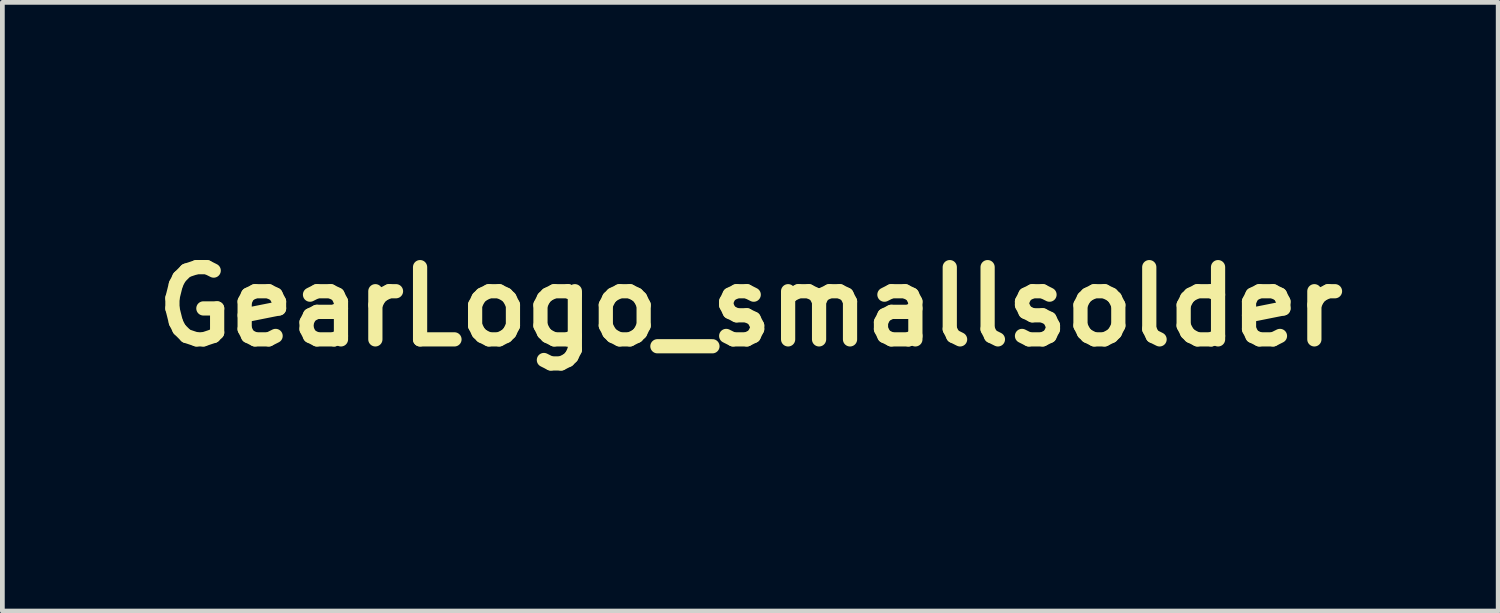
<source format=kicad_pcb>
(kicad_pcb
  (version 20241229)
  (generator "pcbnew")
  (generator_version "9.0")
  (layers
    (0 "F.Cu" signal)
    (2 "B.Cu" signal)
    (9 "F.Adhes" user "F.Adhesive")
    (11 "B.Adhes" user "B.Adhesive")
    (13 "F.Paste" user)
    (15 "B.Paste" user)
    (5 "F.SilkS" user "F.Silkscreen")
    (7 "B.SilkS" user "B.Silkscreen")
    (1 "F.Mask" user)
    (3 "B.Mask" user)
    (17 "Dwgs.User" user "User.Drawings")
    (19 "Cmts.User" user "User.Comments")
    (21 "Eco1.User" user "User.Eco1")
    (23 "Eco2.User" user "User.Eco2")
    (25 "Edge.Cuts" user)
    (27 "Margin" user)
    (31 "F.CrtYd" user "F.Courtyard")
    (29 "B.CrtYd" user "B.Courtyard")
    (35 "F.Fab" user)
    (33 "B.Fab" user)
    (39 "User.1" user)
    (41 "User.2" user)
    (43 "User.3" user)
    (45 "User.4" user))
  (footprint "GearLogo_smallsolder"
    (layer "F.Cu")
    (at 12.78 3.421)
    (property "Reference" "GearLogo_smallsolder" (at 0 0 0) (layer "F.SilkS") (effects (font (size 1.524 1.524) (thickness 0.3))))
    (attr through_hole)
    (fp_poly (pts (xy 0.806 -3.416) (xy 0.913 -3.018) (xy 1.019 -2.619) (xy 1.062 -2.599) (xy 1.096 -2.585) (xy 1.121 -2.578) (xy 1.124 -2.578) (xy 1.138 -2.584) (xy 1.173 -2.602) (xy 1.223 -2.629) (xy 1.287 -2.664) (xy 1.362 -2.706) (xy 1.446 -2.754) (xy 1.494 -2.782) (xy 1.847 -2.985) (xy 2.986 -1.847) (xy 2.782 -1.494) (xy 2.732 -1.407) (xy 2.687 -1.327) (xy 2.648 -1.257) (xy 2.616 -1.199) (xy 2.593 -1.155) (xy 2.58 -1.129) (xy 2.578 -1.123) (xy 2.583 -1.101) (xy 2.596 -1.068) (xy 2.599 -1.062) (xy 2.619 -1.019) (xy 3.416 -0.807) (xy 3.416 0.807) (xy 2.619 1.019) (xy 2.599 1.063) (xy 2.585 1.096) (xy 2.578 1.121) (xy 2.578 1.123) (xy 2.584 1.138) (xy 2.602 1.172) (xy 2.629 1.223) (xy 2.664 1.287) (xy 2.707 1.362) (xy 2.754 1.445) (xy 2.782 1.494) (xy 2.986 1.847) (xy 1.847 2.985) (xy 1.494 2.782) (xy 1.408 2.732) (xy 1.328 2.687) (xy 1.257 2.648) (xy 1.199 2.616) (xy 1.155 2.593) (xy 1.129 2.58) (xy 1.124 2.578) (xy 1.101 2.583) (xy 1.068 2.596) (xy 1.062 2.599) (xy 1.019 2.619) (xy 0.913 3.018) (xy 0.806 3.416) (xy -0.806 3.416) (xy -1.019 2.619) (xy -1.063 2.599) (xy -1.096 2.585) (xy -1.121 2.578) (xy -1.123 2.578) (xy -1.138 2.584) (xy -1.173 2.602) (xy -1.223 2.629) (xy -1.287 2.665) (xy -1.362 2.707) (xy -1.445 2.754) (xy -1.494 2.782) (xy -1.846 2.986) (xy -2.986 1.847) (xy -2.782 1.494) (xy -2.732 1.407) (xy -2.687 1.327) (xy -2.648 1.257) (xy -2.616 1.199) (xy -2.593 1.155) (xy -2.58 1.129) (xy -2.578 1.123) (xy -2.583 1.101) (xy -2.596 1.068) (xy -2.599 1.062) (xy -2.603 1.052) (xy -2.607 1.044) (xy -2.612 1.036) (xy -2.621 1.029) (xy -2.636 1.021) (xy -2.658 1.013) (xy -2.69 1.002) (xy -2.734 0.989) (xy -2.792 0.973) (xy -2.866 0.953) (xy -2.957 0.928) (xy -3.069 0.899) (xy -3.203 0.863) (xy -3.235 0.854) (xy -3.416 0.806) (xy -3.416 -0.668) (xy -3.239 -0.668) (xy -3.239 -0.000001) (xy -3.239 0.668) (xy -2.886 0.761) (xy -2.794 0.786) (xy -2.709 0.809) (xy -2.635 0.829) (xy -2.574 0.845) (xy -2.531 0.857) (xy -2.508 0.864) (xy -2.507 0.865) (xy -2.484 0.885) (xy -2.459 0.929) (xy -2.448 0.955) (xy -2.427 1.006) (xy -2.406 1.057) (xy -2.394 1.088) (xy -2.372 1.141) (xy -2.553 1.457) (xy -2.6 1.539) (xy -2.644 1.614) (xy -2.682 1.681) (xy -2.714 1.734) (xy -2.736 1.773) (xy -2.748 1.793) (xy -2.748 1.794) (xy -2.749 1.801) (xy -2.745 1.812) (xy -2.734 1.829) (xy -2.715 1.852) (xy -2.686 1.884) (xy -2.647 1.926) (xy -2.596 1.98) (xy -2.532 2.045) (xy -2.453 2.125) (xy -2.357 2.221) (xy -2.292 2.286) (xy -2.202 2.376) (xy -2.117 2.46) (xy -2.04 2.538) (xy -1.971 2.606) (xy -1.912 2.663) (xy -1.866 2.708) (xy -1.833 2.739) (xy -1.816 2.755) (xy -1.814 2.756) (xy -1.802 2.75) (xy -1.77 2.732) (xy -1.722 2.705) (xy -1.66 2.67) (xy -1.587 2.629) (xy -1.506 2.582) (xy -1.474 2.564) (xy -1.38 2.509) (xy -1.304 2.466) (xy -1.245 2.434) (xy -1.201 2.41) (xy -1.168 2.395) (xy -1.145 2.386) (xy -1.128 2.383) (xy -1.115 2.383) (xy -1.108 2.385) (xy -1.08 2.396) (xy -1.037 2.414) (xy -0.987 2.435) (xy -0.972 2.441) (xy -0.87 2.484) (xy -0.769 2.861) (xy -0.668 3.239) (xy 0.668 3.239) (xy 0.769 2.861) (xy 0.87 2.484) (xy 1.006 2.428) (xy 1.142 2.372) (xy 1.469 2.561) (xy 1.552 2.609) (xy 1.628 2.652) (xy 1.695 2.69) (xy 1.749 2.72) (xy 1.787 2.741) (xy 1.807 2.752) (xy 1.809 2.753) (xy 1.821 2.745) (xy 1.848 2.72) (xy 1.89 2.681) (xy 1.944 2.629) (xy 2.01 2.565) (xy 2.085 2.492) (xy 2.168 2.41) (xy 2.256 2.322) (xy 2.292 2.286) (xy 2.398 2.181) (xy 2.486 2.092) (xy 2.559 2.017) (xy 2.618 1.957) (xy 2.664 1.908) (xy 2.699 1.871) (xy 2.724 1.842) (xy 2.739 1.821) (xy 2.748 1.807) (xy 2.75 1.798) (xy 2.748 1.794) (xy 2.739 1.777) (xy 2.718 1.742) (xy 2.688 1.691) (xy 2.651 1.626) (xy 2.608 1.552) (xy 2.561 1.471) (xy 2.554 1.457) (xy 2.501 1.365) (xy 2.459 1.292) (xy 2.428 1.236) (xy 2.406 1.194) (xy 2.392 1.163) (xy 2.385 1.141) (xy 2.382 1.125) (xy 2.384 1.112) (xy 2.385 1.108) (xy 2.396 1.08) (xy 2.414 1.037) (xy 2.435 0.987) (xy 2.441 0.972) (xy 2.484 0.87) (xy 2.861 0.769) (xy 3.239 0.668) (xy 3.239 -0.668) (xy 2.861 -0.769) (xy 2.484 -0.87) (xy 2.441 -0.972) (xy 2.42 -1.023) (xy 2.401 -1.069) (xy 2.388 -1.102) (xy 2.385 -1.108) (xy 2.383 -1.12) (xy 2.383 -1.134) (xy 2.389 -1.154) (xy 2.4 -1.181) (xy 2.419 -1.219) (xy 2.447 -1.27) (xy 2.484 -1.336) (xy 2.533 -1.421) (xy 2.554 -1.457) (xy 2.601 -1.539) (xy 2.644 -1.615) (xy 2.683 -1.681) (xy 2.714 -1.735) (xy 2.736 -1.773) (xy 2.748 -1.793) (xy 2.748 -1.794) (xy 2.749 -1.801) (xy 2.745 -1.812) (xy 2.734 -1.829) (xy 2.715 -1.852) (xy 2.687 -1.884) (xy 2.647 -1.926) (xy 2.596 -1.98) (xy 2.532 -2.045) (xy 2.453 -2.125) (xy 2.358 -2.221) (xy 2.292 -2.286) (xy 2.202 -2.376) (xy 2.117 -2.461) (xy 2.039 -2.537) (xy 1.969 -2.605) (xy 1.91 -2.662) (xy 1.863 -2.707) (xy 1.83 -2.737) (xy 1.812 -2.752) (xy 1.809 -2.753) (xy 1.795 -2.746) (xy 1.762 -2.728) (xy 1.713 -2.7) (xy 1.65 -2.665) (xy 1.577 -2.623) (xy 1.495 -2.576) (xy 1.469 -2.561) (xy 1.142 -2.372) (xy 1.006 -2.428) (xy 0.87 -2.484) (xy 0.769 -2.861) (xy 0.668 -3.239) (xy -0.000001 -3.239) (xy -0.668 -3.239) (xy -0.769 -2.861) (xy -0.87 -2.484) (xy -0.972 -2.441) (xy -1.023 -2.42) (xy -1.069 -2.401) (xy -1.102 -2.388) (xy -1.108 -2.385) (xy -1.119 -2.383) (xy -1.134 -2.383) (xy -1.153 -2.389) (xy -1.179 -2.4) (xy -1.216 -2.418) (xy -1.266 -2.445) (xy -1.331 -2.482) (xy -1.414 -2.529) (xy -1.474 -2.564) (xy -1.558 -2.612) (xy -1.634 -2.656) (xy -1.7 -2.693) (xy -1.754 -2.724) (xy -1.792 -2.745) (xy -1.812 -2.755) (xy -1.814 -2.756) (xy -1.825 -2.747) (xy -1.851 -2.722) (xy -1.892 -2.682) (xy -1.946 -2.63) (xy -2.011 -2.566) (xy -2.086 -2.492) (xy -2.168 -2.41) (xy -2.256 -2.322) (xy -2.292 -2.286) (xy -2.398 -2.181) (xy -2.486 -2.091) (xy -2.559 -2.017) (xy -2.618 -1.957) (xy -2.664 -1.908) (xy -2.699 -1.87) (xy -2.724 -1.842) (xy -2.739 -1.821) (xy -2.748 -1.807) (xy -2.75 -1.798) (xy -2.748 -1.794) (xy -2.739 -1.777) (xy -2.718 -1.742) (xy -2.688 -1.691) (xy -2.651 -1.626) (xy -2.608 -1.552) (xy -2.561 -1.471) (xy -2.553 -1.457) (xy -2.372 -1.141) (xy -2.394 -1.088) (xy -2.41 -1.047) (xy -2.431 -0.995) (xy -2.448 -0.955) (xy -2.473 -0.901) (xy -2.497 -0.871) (xy -2.507 -0.865) (xy -2.526 -0.859) (xy -2.566 -0.848) (xy -2.624 -0.832) (xy -2.696 -0.812) (xy -2.779 -0.79) (xy -2.87 -0.766) (xy -2.886 -0.761) (xy -3.239 -0.668) (xy -3.416 -0.668) (xy -3.416 -0.806) (xy -3.235 -0.854) (xy -3.097 -0.891) (xy -2.98 -0.922) (xy -2.884 -0.948) (xy -2.807 -0.969) (xy -2.746 -0.986) (xy -2.699 -0.999) (xy -2.665 -1.01) (xy -2.64 -1.02) (xy -2.624 -1.028) (xy -2.614 -1.035) (xy -2.608 -1.042) (xy -2.604 -1.05) (xy -2.6 -1.06) (xy -2.599 -1.062) (xy -2.585 -1.095) (xy -2.578 -1.121) (xy -2.578 -1.123) (xy -2.584 -1.138) (xy -2.602 -1.172) (xy -2.629 -1.223) (xy -2.664 -1.287) (xy -2.707 -1.362) (xy -2.754 -1.445) (xy -2.782 -1.494) (xy -2.986 -1.847) (xy -1.846 -2.986) (xy -1.493 -2.782) (xy -1.407 -2.732) (xy -1.327 -2.687) (xy -1.256 -2.648) (xy -1.198 -2.616) (xy -1.155 -2.593) (xy -1.129 -2.58) (xy -1.123 -2.578) (xy -1.101 -2.583) (xy -1.068 -2.596) (xy -1.063 -2.599) (xy -1.019 -2.619) (xy -0.806 -3.416) (xy 0.806 -3.416)) (stroke (width 0.01) (type solid)) (fill yes) (layer "F.Mask"))
    (fp_poly (pts (xy -0.135 -3.046) (xy -0.012 -3.045) (xy 0.003 -3.045) (xy 0.5 -3.042) (xy 0.534 -2.915) (xy 0.55 -2.858) (xy 0.57 -2.785) (xy 0.592 -2.702) (xy 0.615 -2.616) (xy 0.629 -2.563) (xy 0.689 -2.339) (xy 0.804 -2.299) (xy 0.872 -2.274) (xy 0.948 -2.243) (xy 1.019 -2.212) (xy 1.035 -2.204) (xy 1.151 -2.15) (xy 1.468 -2.332) (xy 1.784 -2.515) (xy 2.135 -2.164) (xy 2.486 -1.813) (xy 2.328 -1.538) (xy 2.283 -1.46) (xy 2.24 -1.387) (xy 2.203 -1.322) (xy 2.173 -1.27) (xy 2.152 -1.233) (xy 2.143 -1.219) (xy 2.118 -1.175) (xy 2.166 -1.079) (xy 2.192 -1.025) (xy 2.221 -0.957) (xy 2.248 -0.886) (xy 2.261 -0.851) (xy 2.308 -0.719) (xy 2.665 -0.624) (xy 3.023 -0.529) (xy 3.023 0.466) (xy 2.307 0.656) (xy 2.271 0.763) (xy 2.249 0.824) (xy 2.22 0.895) (xy 2.189 0.965) (xy 2.177 0.992) (xy 2.119 1.113) (xy 2.486 1.746) (xy 2.135 2.099) (xy 1.783 2.452) (xy 1.467 2.269) (xy 1.151 2.087) (xy 1.035 2.141) (xy 0.968 2.171) (xy 0.892 2.202) (xy 0.821 2.229) (xy 0.804 2.235) (xy 0.689 2.275) (xy 0.629 2.5) (xy 0.607 2.583) (xy 0.584 2.669) (xy 0.562 2.749) (xy 0.544 2.817) (xy 0.535 2.851) (xy 0.501 2.978) (xy 0.004 2.981) (xy -0.122 2.982) (xy -0.225 2.983) (xy -0.307 2.983) (xy -0.37 2.982) (xy -0.418 2.981) (xy -0.452 2.979) (xy -0.475 2.977) (xy -0.489 2.973) (xy -0.497 2.969) (xy -0.5 2.963) (xy -0.5 2.962) (xy -0.505 2.944) (xy -0.516 2.905) (xy -0.531 2.849) (xy -0.549 2.78) (xy -0.57 2.703) (xy -0.578 2.673) (xy -0.6 2.59) (xy -0.621 2.512) (xy -0.64 2.442) (xy -0.655 2.386) (xy -0.665 2.348) (xy -0.667 2.342) (xy -0.685 2.277) (xy -0.8 2.236) (xy -0.866 2.211) (xy -0.942 2.179) (xy -1.012 2.147) (xy -1.028 2.14) (xy -1.142 2.084) (xy -1.461 2.269) (xy -1.781 2.454) (xy -2.132 2.103) (xy -2.483 1.752) (xy -2.463 1.718) (xy -2.451 1.697) (xy -2.429 1.658) (xy -2.398 1.604) (xy -2.36 1.538) (xy -2.317 1.464) (xy -2.28 1.401) (xy -2.118 1.118) (xy -2.176 0.988) (xy -2.205 0.921) (xy -2.234 0.851) (xy -2.259 0.786) (xy -2.27 0.756) (xy -2.305 0.656) (xy -2.644 0.564) (xy -2.734 0.54) (xy -2.816 0.518) (xy -2.887 0.498) (xy -2.944 0.482) (xy -2.984 0.471) (xy -3.003 0.466) (xy -3.003 0.465) (xy -3.008 0.461) (xy -3.012 0.451) (xy -3.015 0.433) (xy -3.018 0.405) (xy -3.019 0.364) (xy -3.02 0.346) (xy -1.366 0.346) (xy -1.366 0.361) (xy -1.357 0.394) (xy -1.341 0.439) (xy -1.321 0.492) (xy -1.299 0.547) (xy -1.275 0.598) (xy -1.267 0.616) (xy -1.174 0.771) (xy -1.061 0.913) (xy -0.931 1.042) (xy -0.785 1.153) (xy -0.628 1.245) (xy -0.462 1.315) (xy -0.451 1.319) (xy -0.411 1.332) (xy -0.383 1.34) (xy -0.373 1.342) (xy -0.369 1.33) (xy -0.36 1.296) (xy -0.346 1.243) (xy -0.327 1.175) (xy -0.305 1.094) (xy -0.281 1.003) (xy -0.268 0.953) (xy -0.242 0.857) (xy -0.218 0.768) (xy -0.197 0.69) (xy -0.18 0.625) (xy -0.167 0.577) (xy -0.159 0.55) (xy -0.158 0.544) (xy -0.159 0.54) (xy 0.165 0.54) (xy 0.168 0.554) (xy 0.177 0.589) (xy 0.191 0.642) (xy 0.208 0.708) (xy 0.228 0.784) (xy 0.25 0.867) (xy 0.272 0.953) (xy 0.295 1.038) (xy 0.316 1.119) (xy 0.336 1.191) (xy 0.352 1.252) (xy 0.365 1.298) (xy 0.373 1.326) (xy 0.375 1.33) (xy 0.389 1.334) (xy 0.421 1.329) (xy 0.468 1.314) (xy 0.524 1.293) (xy 0.586 1.267) (xy 0.649 1.237) (xy 0.682 1.22) (xy 0.841 1.119) (xy 0.985 0.999) (xy 1.112 0.86) (xy 1.192 0.75) (xy 1.232 0.684) (xy 1.272 0.61) (xy 1.308 0.535) (xy 1.338 0.465) (xy 1.359 0.406) (xy 1.364 0.385) (xy 1.368 0.358) (xy 1.358 0.343) (xy 1.331 0.332) (xy 1.303 0.324) (xy 1.256 0.311) (xy 1.195 0.294) (xy 1.123 0.274) (xy 1.043 0.253) (xy 0.96 0.231) (xy 0.876 0.209) (xy 0.795 0.188) (xy 0.721 0.168) (xy 0.657 0.152) (xy 0.608 0.14) (xy 0.576 0.132) (xy 0.565 0.13) (xy 0.559 0.142) (xy 0.544 0.172) (xy 0.525 0.212) (xy 0.522 0.218) (xy 0.463 0.314) (xy 0.385 0.399) (xy 0.293 0.465) (xy 0.254 0.485) (xy 0.212 0.507) (xy 0.181 0.525) (xy 0.166 0.538) (xy 0.165 0.54) (xy -0.159 0.54) (xy -0.161 0.527) (xy -0.184 0.516) (xy -0.189 0.515) (xy -0.232 0.498) (xy -0.285 0.468) (xy -0.341 0.429) (xy -0.395 0.385) (xy -0.43 0.351) (xy -0.462 0.31) (xy -0.493 0.262) (xy -0.521 0.213) (xy -0.539 0.171) (xy -0.546 0.143) (xy -0.552 0.128) (xy -0.556 0.127) (xy -0.571 0.13) (xy -0.607 0.139) (xy -0.659 0.153) (xy -0.726 0.17) (xy -0.803 0.191) (xy -0.886 0.213) (xy -0.972 0.236) (xy -1.058 0.26) (xy -1.14 0.282) (xy -1.214 0.302) (xy -1.278 0.32) (xy -1.326 0.334) (xy -1.357 0.343) (xy -1.366 0.346) (xy -3.02 0.346) (xy -3.02 0.308) (xy -3.021 0.234) (xy -3.021 0.141) (xy -3.02 0.026) (xy -3.02 -0.035) (xy -3.017 -0.412) (xy -1.367 -0.412) (xy -1.366 -0.409) (xy -1.352 -0.404) (xy -1.318 -0.394) (xy -1.266 -0.379) (xy -1.201 -0.361) (xy -1.125 -0.34) (xy -1.042 -0.317) (xy -0.956 -0.294) (xy -0.87 -0.271) (xy -0.789 -0.249) (xy -0.714 -0.23) (xy -0.651 -0.213) (xy -0.602 -0.2) (xy -0.571 -0.193) (xy -0.562 -0.191) (xy -0.547 -0.2) (xy -0.546 -0.206) (xy -0.541 -0.226) (xy -0.528 -0.26) (xy -0.515 -0.289) (xy -0.466 -0.368) (xy -0.399 -0.444) (xy -0.32 -0.509) (xy -0.235 -0.558) (xy -0.2 -0.573) (xy -0.171 -0.586) (xy -0.157 -0.599) (xy -0.157 -0.603) (xy -0.157 -0.603) (xy 0.165 -0.603) (xy 0.176 -0.592) (xy 0.205 -0.574) (xy 0.245 -0.553) (xy 0.252 -0.55) (xy 0.348 -0.492) (xy 0.433 -0.414) (xy 0.5 -0.323) (xy 0.524 -0.277) (xy 0.544 -0.236) (xy 0.561 -0.205) (xy 0.571 -0.191) (xy 0.571 -0.191) (xy 0.585 -0.194) (xy 0.62 -0.203) (xy 0.673 -0.217) (xy 0.742 -0.236) (xy 0.824 -0.258) (xy 0.916 -0.282) (xy 0.972 -0.297) (xy 1.365 -0.403) (xy 1.362 -0.443) (xy 1.353 -0.484) (xy 1.333 -0.541) (xy 1.303 -0.609) (xy 1.268 -0.681) (xy 1.229 -0.753) (xy 1.189 -0.818) (xy 1.187 -0.821) (xy 1.075 -0.968) (xy 0.943 -1.099) (xy 0.796 -1.212) (xy 0.634 -1.307) (xy 0.473 -1.376) (xy 0.422 -1.393) (xy 0.391 -1.4) (xy 0.376 -1.397) (xy 0.374 -1.394) (xy 0.369 -1.375) (xy 0.358 -1.335) (xy 0.342 -1.279) (xy 0.324 -1.211) (xy 0.303 -1.133) (xy 0.281 -1.049) (xy 0.258 -0.963) (xy 0.236 -0.879) (xy 0.215 -0.799) (xy 0.197 -0.729) (xy 0.182 -0.671) (xy 0.171 -0.629) (xy 0.166 -0.606) (xy 0.165 -0.603) (xy -0.157 -0.603) (xy -0.161 -0.618) (xy -0.171 -0.654) (xy -0.186 -0.71) (xy -0.205 -0.78) (xy -0.227 -0.863) (xy -0.252 -0.956) (xy -0.267 -1.011) (xy -0.372 -1.407) (xy -0.414 -1.395) (xy -0.563 -1.342) (xy -0.709 -1.266) (xy -0.849 -1.171) (xy -0.98 -1.059) (xy -1.098 -0.933) (xy -1.199 -0.796) (xy -1.267 -0.679) (xy -1.29 -0.63) (xy -1.313 -0.576) (xy -1.335 -0.521) (xy -1.352 -0.472) (xy -1.363 -0.434) (xy -1.367 -0.412) (xy -3.017 -0.412) (xy -3.016 -0.527) (xy -2.305 -0.718) (xy -2.27 -0.819) (xy -2.249 -0.876) (xy -2.221 -0.945) (xy -2.192 -1.015) (xy -2.176 -1.051) (xy -2.118 -1.182) (xy -2.28 -1.464) (xy -2.326 -1.543) (xy -2.368 -1.616) (xy -2.404 -1.679) (xy -2.434 -1.731) (xy -2.454 -1.766) (xy -2.463 -1.781) (xy -2.483 -1.816) (xy -1.781 -2.518) (xy -1.462 -2.333) (xy -1.143 -2.148) (xy -1.013 -2.21) (xy -0.948 -2.239) (xy -0.88 -2.268) (xy -0.818 -2.293) (xy -0.788 -2.303) (xy -0.743 -2.32) (xy -0.706 -2.337) (xy -0.687 -2.35) (xy -0.685 -2.352) (xy -0.68 -2.368) (xy -0.668 -2.406) (xy -0.653 -2.461) (xy -0.634 -2.53) (xy -0.612 -2.61) (xy -0.592 -2.686) (xy -0.568 -2.773) (xy -0.547 -2.852) (xy -0.529 -2.921) (xy -0.514 -2.975) (xy -0.504 -3.012) (xy -0.5 -3.026) (xy -0.497 -3.032) (xy -0.49 -3.036) (xy -0.477 -3.04) (xy -0.455 -3.042) (xy -0.423 -3.044) (xy -0.377 -3.046) (xy -0.315 -3.046) (xy -0.235 -3.046) (xy -0.135 -3.046)) (stroke (width 0.01) (type solid)) (fill yes) (layer "F.Mask")))
  (gr_rect
    (start -3 -3)
    (end 28.56 9.842)
    (stroke (width 0.1) (type default))
    (fill no)
    (layer "Edge.Cuts")))
</source>
